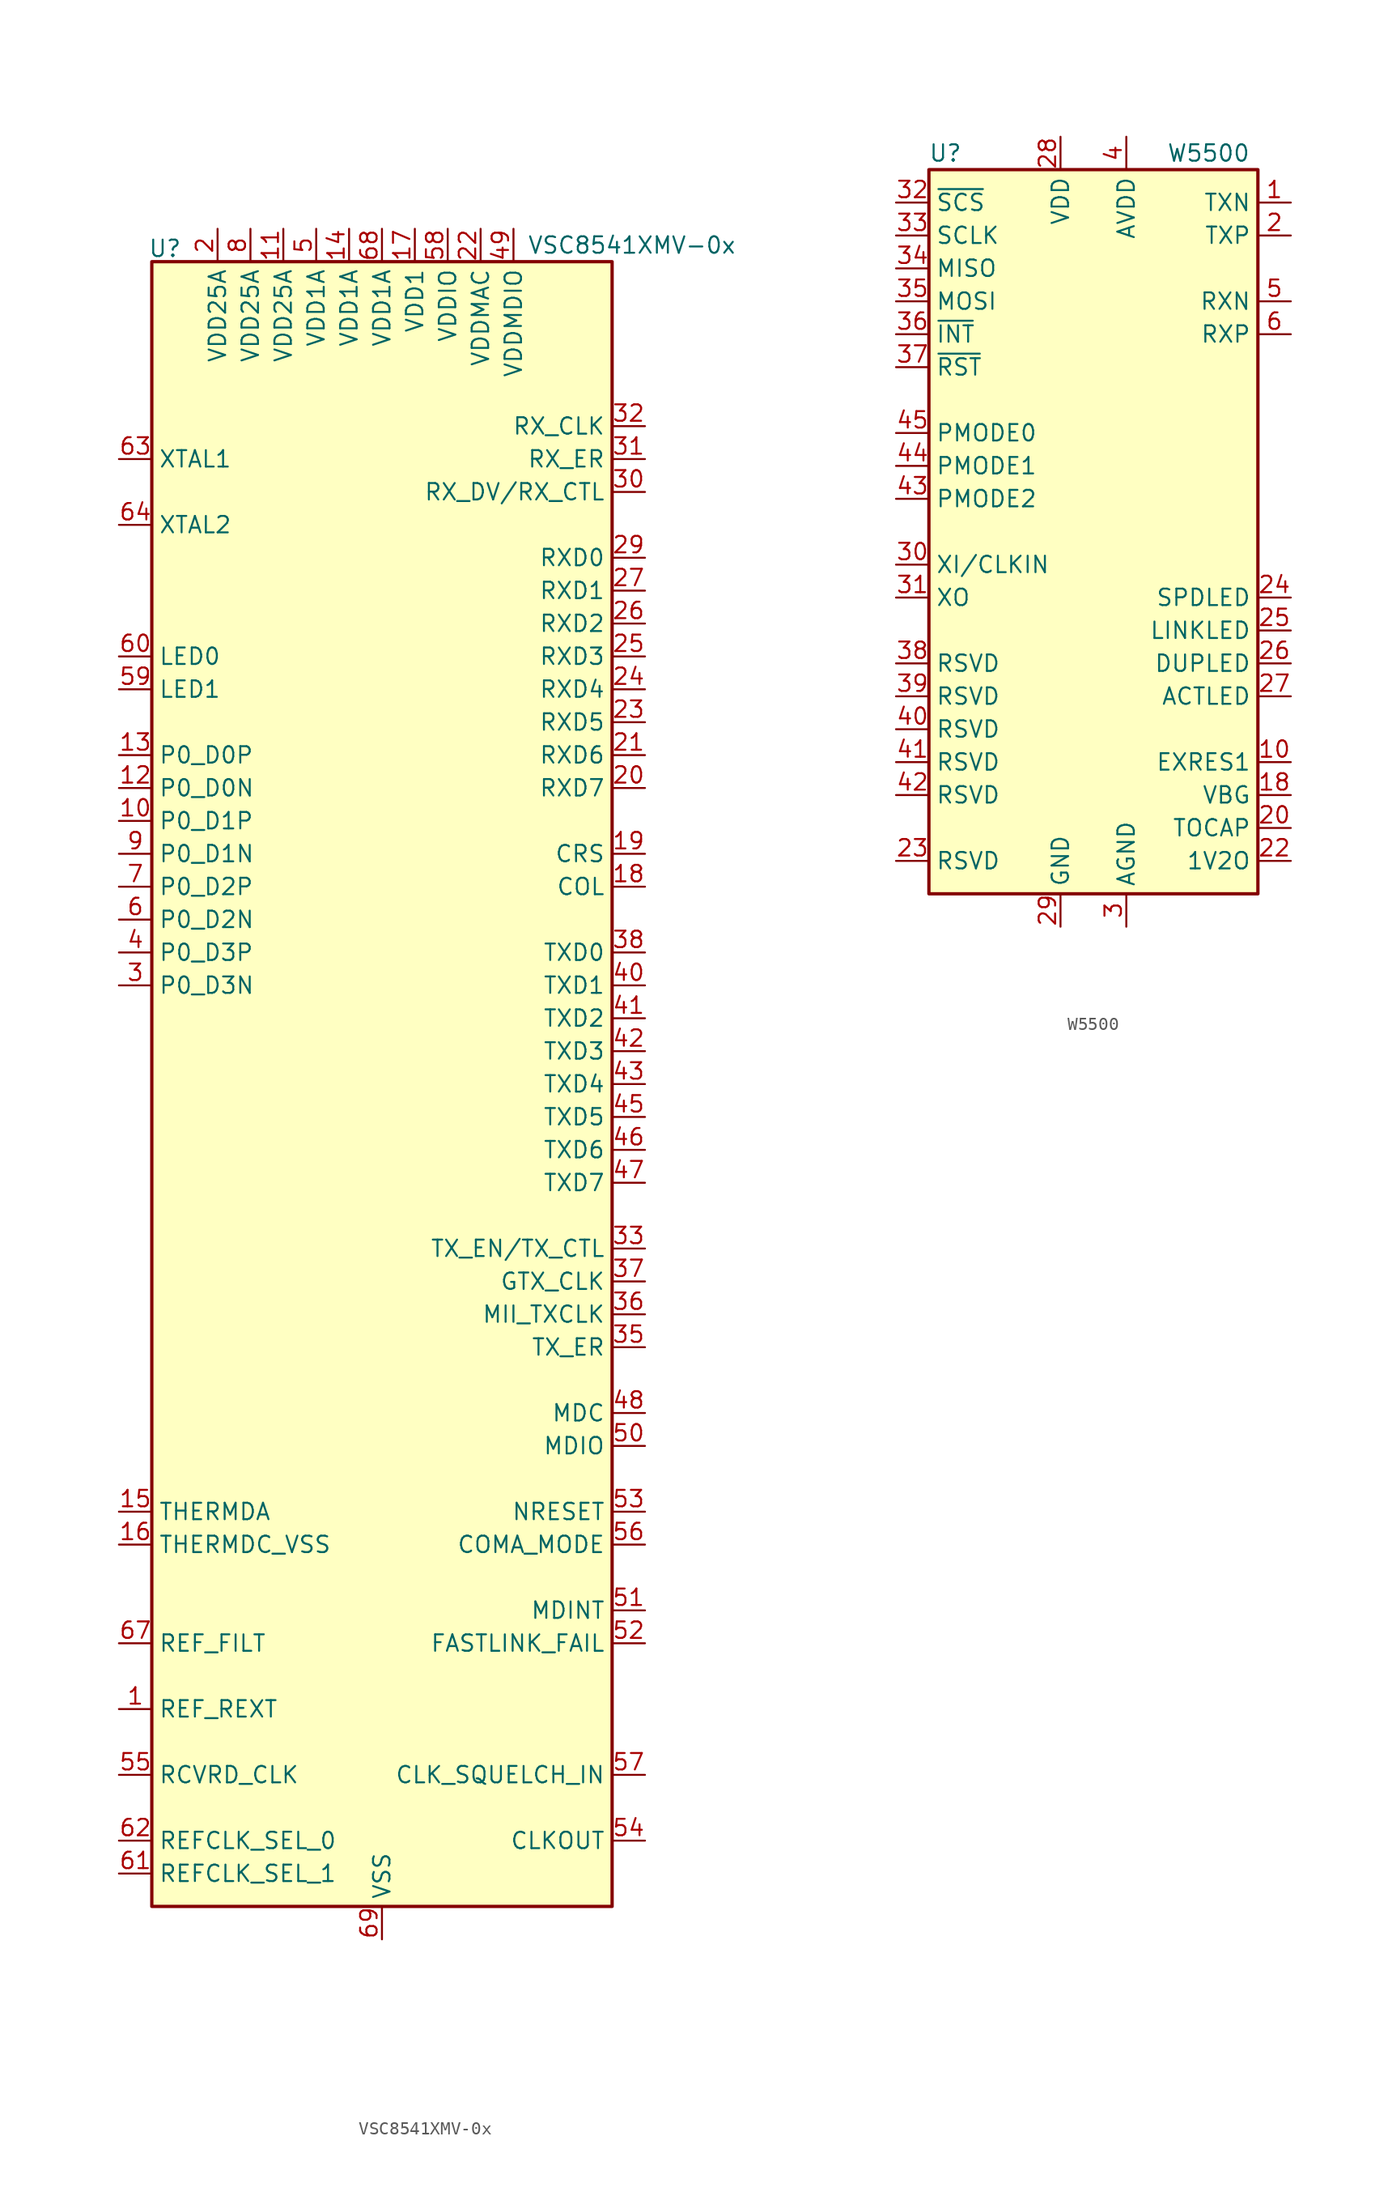
<source format=kicad_sym>
(kicad_symbol_lib
  (version 20241209)
  (generator "kicad_symbol_editor")
  (generator_version "9.0")
  (symbol "VSC8541XMV-0x"
    (property "Reference" "U"
      (at -16.764 64.516 0)
      (effects (font (size 1.27 1.27))))
    (property "Value" "VSC8541XMV-0x"
      (at 19.304 64.77 0)
      (effects (font (size 1.27 1.27))))
    (symbol "VSC8541XMV-0x_0_1"
      (rectangle (start 17.78 -63.5) (end -17.78 63.5) (stroke (width 0.254) (type default)) (fill (type background)))
      (pin input line (at -20.32 48.26 0) (length 2.54) (name "XTAL1" (effects (font (size 1.27 1.27)))) (number "63" (effects (font (size 1.27 1.27)))))
      (pin output line (at -20.32 43.18 0) (length 2.54) (name "XTAL2" (effects (font (size 1.27 1.27)))) (number "64" (effects (font (size 1.27 1.27)))))
      (pin output line (at -20.32 33.02 0) (length 2.54) (name "LED0" (effects (font (size 1.27 1.27)))) (number "60" (effects (font (size 1.27 1.27)))))
      (pin output line (at -20.32 30.48 0) (length 2.54) (name "LED1" (effects (font (size 1.27 1.27)))) (number "59" (effects (font (size 1.27 1.27)))))
      (pin passive line (at -20.32 25.4 0) (length 2.54) (name "P0_D0P" (effects (font (size 1.27 1.27)))) (number "13" (effects (font (size 1.27 1.27)))))
      (pin passive line (at -20.32 22.86 0) (length 2.54) (name "P0_D0N" (effects (font (size 1.27 1.27)))) (number "12" (effects (font (size 1.27 1.27)))))
      (pin passive line (at -20.32 20.32 0) (length 2.54) (name "P0_D1P" (effects (font (size 1.27 1.27)))) (number "10" (effects (font (size 1.27 1.27)))))
      (pin passive line (at -20.32 17.78 0) (length 2.54) (name "P0_D1N" (effects (font (size 1.27 1.27)))) (number "9" (effects (font (size 1.27 1.27)))))
      (pin passive line (at -20.32 15.24 0) (length 2.54) (name "P0_D2P" (effects (font (size 1.27 1.27)))) (number "7" (effects (font (size 1.27 1.27)))))
      (pin passive line (at -20.32 12.7 0) (length 2.54) (name "P0_D2N" (effects (font (size 1.27 1.27)))) (number "6" (effects (font (size 1.27 1.27)))))
      (pin passive line (at -20.32 10.16 0) (length 2.54) (name "P0_D3P" (effects (font (size 1.27 1.27)))) (number "4" (effects (font (size 1.27 1.27)))))
      (pin passive line (at -20.32 7.62 0) (length 2.54) (name "P0_D3N" (effects (font (size 1.27 1.27)))) (number "3" (effects (font (size 1.27 1.27)))))
      (pin passive line (at -20.32 -33.02 0) (length 2.54) (name "THERMDA" (effects (font (size 1.27 1.27)))) (number "15" (effects (font (size 1.27 1.27)))))
      (pin passive line (at -20.32 -35.56 0) (length 2.54) (name "THERMDC_VSS" (effects (font (size 1.27 1.27)))) (number "16" (effects (font (size 1.27 1.27)))))
      (pin passive line (at -20.32 -43.18 0) (length 2.54) (name "REF_FILT" (effects (font (size 1.27 1.27)))) (number "67" (effects (font (size 1.27 1.27)))))
      (pin passive line (at -20.32 -48.26 0) (length 2.54) (name "REF_REXT" (effects (font (size 1.27 1.27)))) (number "1" (effects (font (size 1.27 1.27)))))
      (pin output line (at -20.32 -53.34 0) (length 2.54) (name "RCVRD_CLK" (effects (font (size 1.27 1.27)))) (number "55" (effects (font (size 1.27 1.27)))))
      (pin input line (at -20.32 -58.42 0) (length 2.54) (name "REFCLK_SEL_0" (effects (font (size 1.27 1.27)))) (number "62" (effects (font (size 1.27 1.27)))))
      (pin input line (at -20.32 -60.96 0) (length 2.54) (name "REFCLK_SEL_1" (effects (font (size 1.27 1.27)))) (number "61" (effects (font (size 1.27 1.27)))))
      (pin no_connect line (at -17.78 -17.78 0) (length 2.54) (hide yes) (name "RESERVED_0" (effects (font (size 1.27 1.27)))) (number "66" (effects (font (size 1.27 1.27)))))
      (pin no_connect line (at -17.78 -20.32 0) (length 2.54) (hide yes) (name "RESERVED_1" (effects (font (size 1.27 1.27)))) (number "65" (effects (font (size 1.27 1.27)))))
      (pin power_in line (at -12.7 66.04 270) (length 2.54) (name "VDD25A" (effects (font (size 1.27 1.27)))) (number "2" (effects (font (size 1.27 1.27)))))
      (pin power_in line (at -10.16 66.04 270) (length 2.54) (name "VDD25A" (effects (font (size 1.27 1.27)))) (number "8" (effects (font (size 1.27 1.27)))))
      (pin power_in line (at -7.62 66.04 270) (length 2.54) (name "VDD25A" (effects (font (size 1.27 1.27)))) (number "11" (effects (font (size 1.27 1.27)))))
      (pin power_in line (at -5.08 66.04 270) (length 2.54) (name "VDD1A" (effects (font (size 1.27 1.27)))) (number "5" (effects (font (size 1.27 1.27)))))
      (pin power_in line (at -2.54 66.04 270) (length 2.54) (name "VDD1A" (effects (font (size 1.27 1.27)))) (number "14" (effects (font (size 1.27 1.27)))))
      (pin power_in line (at 0 66.04 270) (length 2.54) (name "VDD1A" (effects (font (size 1.27 1.27)))) (number "68" (effects (font (size 1.27 1.27)))))
      (pin power_in line (at 0 -66.04 90) (length 2.54) (name "VSS" (effects (font (size 1.27 1.27)))) (number "69" (effects (font (size 1.27 1.27)))))
      (pin power_in line (at 2.54 66.04 270) (length 2.54) (name "VDD1" (effects (font (size 1.27 1.27)))) (number "17" (effects (font (size 1.27 1.27)))))
      (pin passive line (at 2.54 66.04 270) (length 2.54) (hide yes) (name "VDD1" (effects (font (size 1.27 1.27)))) (number "34" (effects (font (size 1.27 1.27)))))
      (pin power_in line (at 5.08 66.04 270) (length 2.54) (name "VDDIO" (effects (font (size 1.27 1.27)))) (number "58" (effects (font (size 1.27 1.27)))))
      (pin power_in line (at 7.62 66.04 270) (length 2.54) (name "VDDMAC" (effects (font (size 1.27 1.27)))) (number "22" (effects (font (size 1.27 1.27)))))
      (pin passive line (at 7.62 66.04 270) (length 2.54) (hide yes) (name "VDDMAC" (effects (font (size 1.27 1.27)))) (number "28" (effects (font (size 1.27 1.27)))))
      (pin passive line (at 7.62 66.04 270) (length 2.54) (hide yes) (name "VDDMAC" (effects (font (size 1.27 1.27)))) (number "39" (effects (font (size 1.27 1.27)))))
      (pin passive line (at 7.62 66.04 270) (length 2.54) (hide yes) (name "VDDMAC" (effects (font (size 1.27 1.27)))) (number "44" (effects (font (size 1.27 1.27)))))
      (pin power_in line (at 10.16 66.04 270) (length 2.54) (name "VDDMDIO" (effects (font (size 1.27 1.27)))) (number "49" (effects (font (size 1.27 1.27)))))
      (pin bidirectional line (at 20.32 50.8 180) (length 2.54) (name "RX_CLK" (effects (font (size 1.27 1.27)))) (number "32" (effects (font (size 1.27 1.27)))))
      (pin bidirectional line (at 20.32 48.26 180) (length 2.54) (name "RX_ER" (effects (font (size 1.27 1.27)))) (number "31" (effects (font (size 1.27 1.27)))))
      (pin bidirectional line (at 20.32 45.72 180) (length 2.54) (name "RX_DV/RX_CTL" (effects (font (size 1.27 1.27)))) (number "30" (effects (font (size 1.27 1.27)))))
      (pin bidirectional line (at 20.32 40.64 180) (length 2.54) (name "RXD0" (effects (font (size 1.27 1.27)))) (number "29" (effects (font (size 1.27 1.27)))))
      (pin bidirectional line (at 20.32 38.1 180) (length 2.54) (name "RXD1" (effects (font (size 1.27 1.27)))) (number "27" (effects (font (size 1.27 1.27)))))
      (pin bidirectional line (at 20.32 35.56 180) (length 2.54) (name "RXD2" (effects (font (size 1.27 1.27)))) (number "26" (effects (font (size 1.27 1.27)))))
      (pin bidirectional line (at 20.32 33.02 180) (length 2.54) (name "RXD3" (effects (font (size 1.27 1.27)))) (number "25" (effects (font (size 1.27 1.27)))))
      (pin bidirectional line (at 20.32 30.48 180) (length 2.54) (name "RXD4" (effects (font (size 1.27 1.27)))) (number "24" (effects (font (size 1.27 1.27)))))
      (pin bidirectional line (at 20.32 27.94 180) (length 2.54) (name "RXD5" (effects (font (size 1.27 1.27)))) (number "23" (effects (font (size 1.27 1.27)))))
      (pin bidirectional line (at 20.32 25.4 180) (length 2.54) (name "RXD6" (effects (font (size 1.27 1.27)))) (number "21" (effects (font (size 1.27 1.27)))))
      (pin bidirectional line (at 20.32 22.86 180) (length 2.54) (name "RXD7" (effects (font (size 1.27 1.27)))) (number "20" (effects (font (size 1.27 1.27)))))
      (pin bidirectional line (at 20.32 17.78 180) (length 2.54) (name "CRS" (effects (font (size 1.27 1.27)))) (number "19" (effects (font (size 1.27 1.27)))))
      (pin bidirectional line (at 20.32 15.24 180) (length 2.54) (name "COL" (effects (font (size 1.27 1.27)))) (number "18" (effects (font (size 1.27 1.27)))))
      (pin input line (at 20.32 10.16 180) (length 2.54) (name "TXD0" (effects (font (size 1.27 1.27)))) (number "38" (effects (font (size 1.27 1.27)))))
      (pin input line (at 20.32 7.62 180) (length 2.54) (name "TXD1" (effects (font (size 1.27 1.27)))) (number "40" (effects (font (size 1.27 1.27)))))
      (pin input line (at 20.32 5.08 180) (length 2.54) (name "TXD2" (effects (font (size 1.27 1.27)))) (number "41" (effects (font (size 1.27 1.27)))))
      (pin input line (at 20.32 2.54 180) (length 2.54) (name "TXD3" (effects (font (size 1.27 1.27)))) (number "42" (effects (font (size 1.27 1.27)))))
      (pin input line (at 20.32 0 180) (length 2.54) (name "TXD4" (effects (font (size 1.27 1.27)))) (number "43" (effects (font (size 1.27 1.27)))))
      (pin input line (at 20.32 -2.54 180) (length 2.54) (name "TXD5" (effects (font (size 1.27 1.27)))) (number "45" (effects (font (size 1.27 1.27)))))
      (pin input line (at 20.32 -5.08 180) (length 2.54) (name "TXD6" (effects (font (size 1.27 1.27)))) (number "46" (effects (font (size 1.27 1.27)))))
      (pin input line (at 20.32 -7.62 180) (length 2.54) (name "TXD7" (effects (font (size 1.27 1.27)))) (number "47" (effects (font (size 1.27 1.27)))))
      (pin input line (at 20.32 -12.7 180) (length 2.54) (name "TX_EN/TX_CTL" (effects (font (size 1.27 1.27)))) (number "33" (effects (font (size 1.27 1.27)))))
      (pin input line (at 20.32 -15.24 180) (length 2.54) (name "GTX_CLK" (effects (font (size 1.27 1.27)))) (number "37" (effects (font (size 1.27 1.27)))))
      (pin bidirectional line (at 20.32 -17.78 180) (length 2.54) (name "MII_TXCLK" (effects (font (size 1.27 1.27)))) (number "36" (effects (font (size 1.27 1.27)))))
      (pin input line (at 20.32 -20.32 180) (length 2.54) (name "TX_ER" (effects (font (size 1.27 1.27)))) (number "35" (effects (font (size 1.27 1.27)))))
      (pin input line (at 20.32 -25.4 180) (length 2.54) (name "MDC" (effects (font (size 1.27 1.27)))) (number "48" (effects (font (size 1.27 1.27)))))
      (pin bidirectional line (at 20.32 -27.94 180) (length 2.54) (name "MDIO" (effects (font (size 1.27 1.27)))) (number "50" (effects (font (size 1.27 1.27)))))
      (pin input line (at 20.32 -33.02 180) (length 2.54) (name "NRESET" (effects (font (size 1.27 1.27)))) (number "53" (effects (font (size 1.27 1.27)))))
      (pin bidirectional line (at 20.32 -35.56 180) (length 2.54) (name "COMA_MODE" (effects (font (size 1.27 1.27)))) (number "56" (effects (font (size 1.27 1.27)))))
      (pin output line (at 20.32 -40.64 180) (length 2.54) (name "MDINT" (effects (font (size 1.27 1.27)))) (number "51" (effects (font (size 1.27 1.27)))))
      (pin output line (at 20.32 -43.18 180) (length 2.54) (name "FASTLINK_FAIL" (effects (font (size 1.27 1.27)))) (number "52" (effects (font (size 1.27 1.27)))))
      (pin input line (at 20.32 -53.34 180) (length 2.54) (name "CLK_SQUELCH_IN" (effects (font (size 1.27 1.27)))) (number "57" (effects (font (size 1.27 1.27)))))
      (pin bidirectional line (at 20.32 -58.42 180) (length 2.54) (name "CLKOUT" (effects (font (size 1.27 1.27)))) (number "54" (effects (font (size 1.27 1.27)))))))
  (symbol "W5500"
    (property "Reference" "U"
      (at -11.43 29.21 0)
      (effects (font (size 1.27 1.27))))
    (property "Value" "W5500"
      (at 8.89 29.21 0)
      (effects (font (size 1.27 1.27))))
    (symbol "W5500_0_1"
      (rectangle (start -12.7 27.94) (end 12.7 -27.94) (stroke (width 0.254) (type default)) (fill (type background))))
    (symbol "W5500_1_1"
      (pin input line (at -15.24 25.4 0) (length 2.54) (name "~{SCS}" (effects (font (size 1.27 1.27)))) (number "32" (effects (font (size 1.27 1.27)))))
      (pin input line (at -15.24 22.86 0) (length 2.54) (name "SCLK" (effects (font (size 1.27 1.27)))) (number "33" (effects (font (size 1.27 1.27)))))
      (pin output line (at -15.24 20.32 0) (length 2.54) (name "MISO" (effects (font (size 1.27 1.27)))) (number "34" (effects (font (size 1.27 1.27)))))
      (pin input line (at -15.24 17.78 0) (length 2.54) (name "MOSI" (effects (font (size 1.27 1.27)))) (number "35" (effects (font (size 1.27 1.27)))))
      (pin input line (at -15.24 15.24 0) (length 2.54) (name "~{INT}" (effects (font (size 1.27 1.27)))) (number "36" (effects (font (size 1.27 1.27)))))
      (pin input line (at -15.24 12.7 0) (length 2.54) (name "~{RST}" (effects (font (size 1.27 1.27)))) (number "37" (effects (font (size 1.27 1.27)))))
      (pin input line (at -15.24 7.62 0) (length 2.54) (name "PMODE0" (effects (font (size 1.27 1.27)))) (number "45" (effects (font (size 1.27 1.27)))))
      (pin input line (at -15.24 5.08 0) (length 2.54) (name "PMODE1" (effects (font (size 1.27 1.27)))) (number "44" (effects (font (size 1.27 1.27)))))
      (pin input line (at -15.24 2.54 0) (length 2.54) (name "PMODE2" (effects (font (size 1.27 1.27)))) (number "43" (effects (font (size 1.27 1.27)))))
      (pin input line (at -15.24 -2.54 0) (length 2.54) (name "XI/CLKIN" (effects (font (size 1.27 1.27)))) (number "30" (effects (font (size 1.27 1.27)))))
      (pin output line (at -15.24 -5.08 0) (length 2.54) (name "XO" (effects (font (size 1.27 1.27)))) (number "31" (effects (font (size 1.27 1.27)))))
      (pin input line (at -15.24 -10.16 0) (length 2.54) (name "RSVD" (effects (font (size 1.27 1.27)))) (number "38" (effects (font (size 1.27 1.27)))))
      (pin input line (at -15.24 -12.7 0) (length 2.54) (name "RSVD" (effects (font (size 1.27 1.27)))) (number "39" (effects (font (size 1.27 1.27)))))
      (pin input line (at -15.24 -15.24 0) (length 2.54) (name "RSVD" (effects (font (size 1.27 1.27)))) (number "40" (effects (font (size 1.27 1.27)))))
      (pin input line (at -15.24 -17.78 0) (length 2.54) (name "RSVD" (effects (font (size 1.27 1.27)))) (number "41" (effects (font (size 1.27 1.27)))))
      (pin input line (at -15.24 -20.32 0) (length 2.54) (name "RSVD" (effects (font (size 1.27 1.27)))) (number "42" (effects (font (size 1.27 1.27)))))
      (pin input line (at -15.24 -25.4 0) (length 2.54) (name "RSVD" (effects (font (size 1.27 1.27)))) (number "23" (effects (font (size 1.27 1.27)))))
      (pin power_in line (at -2.54 30.48 270) (length 2.54) (name "VDD" (effects (font (size 1.27 1.27)))) (number "28" (effects (font (size 1.27 1.27)))))
      (pin power_in line (at -2.54 -30.48 90) (length 2.54) (name "GND" (effects (font (size 1.27 1.27)))) (number "29" (effects (font (size 1.27 1.27)))))
      (pin passive line (at 2.54 30.48 270) (length 2.54) (hide yes) (name "AVDD" (effects (font (size 1.27 1.27)))) (number "11" (effects (font (size 1.27 1.27)))))
      (pin passive line (at 2.54 30.48 270) (length 2.54) (hide yes) (name "AVDD" (effects (font (size 1.27 1.27)))) (number "15" (effects (font (size 1.27 1.27)))))
      (pin passive line (at 2.54 30.48 270) (length 2.54) (hide yes) (name "AVDD" (effects (font (size 1.27 1.27)))) (number "17" (effects (font (size 1.27 1.27)))))
      (pin passive line (at 2.54 30.48 270) (length 2.54) (hide yes) (name "AVDD" (effects (font (size 1.27 1.27)))) (number "21" (effects (font (size 1.27 1.27)))))
      (pin power_in line (at 2.54 30.48 270) (length 2.54) (name "AVDD" (effects (font (size 1.27 1.27)))) (number "4" (effects (font (size 1.27 1.27)))))
      (pin passive line (at 2.54 30.48 270) (length 2.54) (hide yes) (name "AVDD" (effects (font (size 1.27 1.27)))) (number "8" (effects (font (size 1.27 1.27)))))
      (pin passive line (at 2.54 -30.48 90) (length 2.54) (hide yes) (name "AGND" (effects (font (size 1.27 1.27)))) (number "14" (effects (font (size 1.27 1.27)))))
      (pin passive line (at 2.54 -30.48 90) (length 2.54) (hide yes) (name "AGND" (effects (font (size 1.27 1.27)))) (number "16" (effects (font (size 1.27 1.27)))))
      (pin passive line (at 2.54 -30.48 90) (length 2.54) (hide yes) (name "AGND" (effects (font (size 1.27 1.27)))) (number "19" (effects (font (size 1.27 1.27)))))
      (pin power_in line (at 2.54 -30.48 90) (length 2.54) (name "AGND" (effects (font (size 1.27 1.27)))) (number "3" (effects (font (size 1.27 1.27)))))
      (pin passive line (at 2.54 -30.48 90) (length 2.54) (hide yes) (name "AGND" (effects (font (size 1.27 1.27)))) (number "48" (effects (font (size 1.27 1.27)))))
      (pin passive line (at 2.54 -30.48 90) (length 2.54) (hide yes) (name "AGND" (effects (font (size 1.27 1.27)))) (number "9" (effects (font (size 1.27 1.27)))))
      (pin no_connect line (at 12.7 10.16 180) (length 2.54) (hide yes) (name "DNC" (effects (font (size 1.27 1.27)))) (number "7" (effects (font (size 1.27 1.27)))))
      (pin no_connect line (at 12.7 7.62 180) (length 2.54) (hide yes) (name "NC" (effects (font (size 1.27 1.27)))) (number "12" (effects (font (size 1.27 1.27)))))
      (pin no_connect line (at 12.7 5.08 180) (length 2.54) (hide yes) (name "NC" (effects (font (size 1.27 1.27)))) (number "13" (effects (font (size 1.27 1.27)))))
      (pin no_connect line (at 12.7 2.54 180) (length 2.54) (hide yes) (name "NC" (effects (font (size 1.27 1.27)))) (number "46" (effects (font (size 1.27 1.27)))))
      (pin no_connect line (at 12.7 0 180) (length 2.54) (hide yes) (name "NC" (effects (font (size 1.27 1.27)))) (number "47" (effects (font (size 1.27 1.27)))))
      (pin output line (at 15.24 25.4 180) (length 2.54) (name "TXN" (effects (font (size 1.27 1.27)))) (number "1" (effects (font (size 1.27 1.27)))))
      (pin output line (at 15.24 22.86 180) (length 2.54) (name "TXP" (effects (font (size 1.27 1.27)))) (number "2" (effects (font (size 1.27 1.27)))))
      (pin input line (at 15.24 17.78 180) (length 2.54) (name "RXN" (effects (font (size 1.27 1.27)))) (number "5" (effects (font (size 1.27 1.27)))))
      (pin input line (at 15.24 15.24 180) (length 2.54) (name "RXP" (effects (font (size 1.27 1.27)))) (number "6" (effects (font (size 1.27 1.27)))))
      (pin output line (at 15.24 -5.08 180) (length 2.54) (name "SPDLED" (effects (font (size 1.27 1.27)))) (number "24" (effects (font (size 1.27 1.27)))))
      (pin output line (at 15.24 -7.62 180) (length 2.54) (name "LINKLED" (effects (font (size 1.27 1.27)))) (number "25" (effects (font (size 1.27 1.27)))))
      (pin output line (at 15.24 -10.16 180) (length 2.54) (name "DUPLED" (effects (font (size 1.27 1.27)))) (number "26" (effects (font (size 1.27 1.27)))))
      (pin output line (at 15.24 -12.7 180) (length 2.54) (name "ACTLED" (effects (font (size 1.27 1.27)))) (number "27" (effects (font (size 1.27 1.27)))))
      (pin passive line (at 15.24 -17.78 180) (length 2.54) (name "EXRES1" (effects (font (size 1.27 1.27)))) (number "10" (effects (font (size 1.27 1.27)))))
      (pin passive line (at 15.24 -20.32 180) (length 2.54) (name "VBG" (effects (font (size 1.27 1.27)))) (number "18" (effects (font (size 1.27 1.27)))))
      (pin passive line (at 15.24 -22.86 180) (length 2.54) (name "TOCAP" (effects (font (size 1.27 1.27)))) (number "20" (effects (font (size 1.27 1.27)))))
      (pin output line (at 15.24 -25.4 180) (length 2.54) (name "1V2O" (effects (font (size 1.27 1.27)))) (number "22" (effects (font (size 1.27 1.27))))))))
</source>
